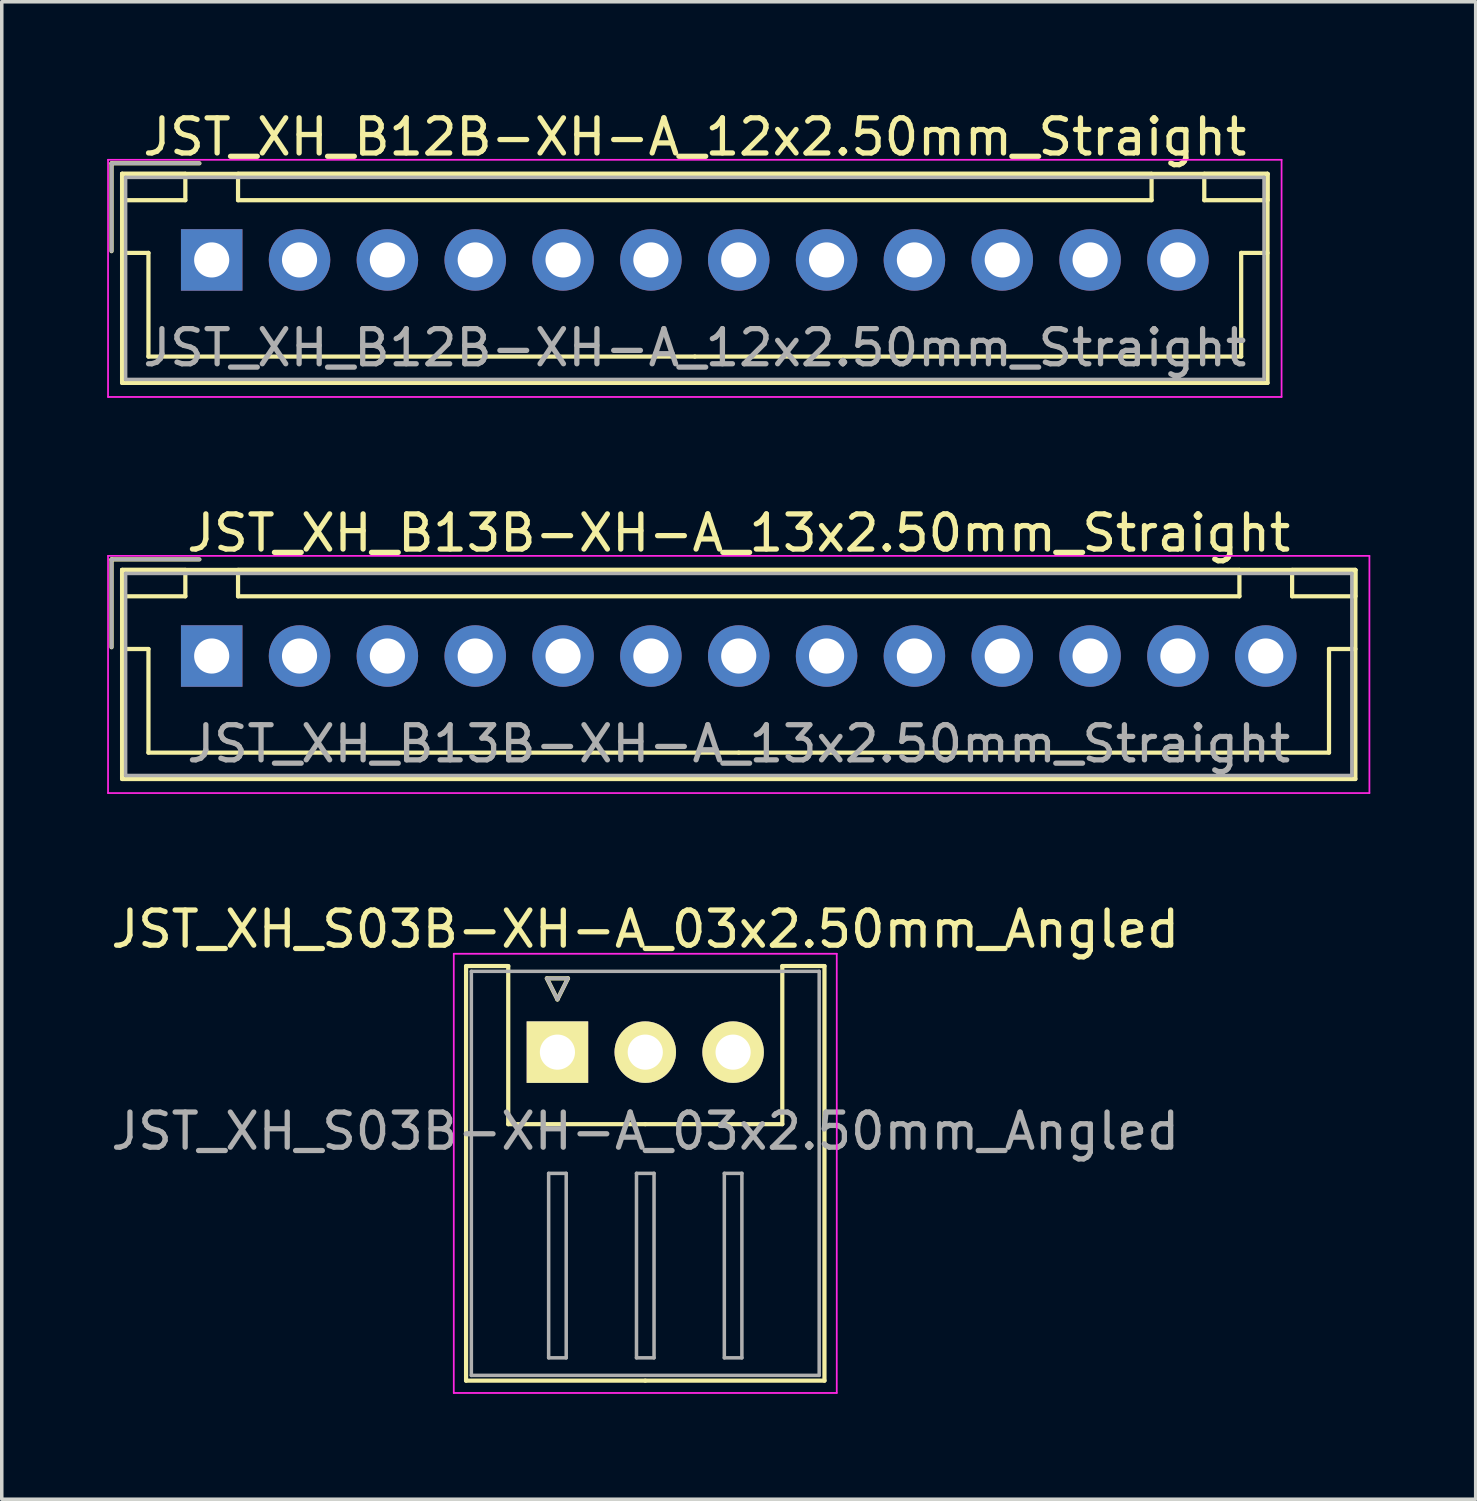
<source format=kicad_pcb>
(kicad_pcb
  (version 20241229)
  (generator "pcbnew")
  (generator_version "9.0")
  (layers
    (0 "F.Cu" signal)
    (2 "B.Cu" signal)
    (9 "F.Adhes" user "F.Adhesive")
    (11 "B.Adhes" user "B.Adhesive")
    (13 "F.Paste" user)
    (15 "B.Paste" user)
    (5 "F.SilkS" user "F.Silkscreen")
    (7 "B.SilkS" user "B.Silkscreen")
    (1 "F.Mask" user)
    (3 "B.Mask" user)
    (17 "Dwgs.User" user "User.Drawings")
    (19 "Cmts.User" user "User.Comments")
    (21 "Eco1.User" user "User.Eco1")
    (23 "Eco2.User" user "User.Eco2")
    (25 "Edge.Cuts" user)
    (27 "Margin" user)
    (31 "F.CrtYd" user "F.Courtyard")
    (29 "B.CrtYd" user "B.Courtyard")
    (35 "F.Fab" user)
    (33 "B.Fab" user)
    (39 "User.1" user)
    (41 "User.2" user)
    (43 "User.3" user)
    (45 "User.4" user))
  (footprint "JST_XH_S03B-XH-A_03x2.50mm_Angled"
    (layer "F.Cu")
    (at 12.815 26.895)
    (property "Reference" "JST_XH_S03B-XH-A_03x2.50mm_Angled" (at 2.5 -3.5 0) (layer "F.SilkS") (effects (font (size 1 1) (thickness 0.15))))
    (attr through_hole)
    (fp_line (start -2.6 -2.45) (end -1.4 -2.45) (stroke (width 0.12) (type solid)) (layer "F.SilkS"))
    (fp_line (start -2.6 9.35) (end -2.6 -2.45) (stroke (width 0.12) (type solid)) (layer "F.SilkS"))
    (fp_line (start -1.4 -2.45) (end -1.4 2.05) (stroke (width 0.12) (type solid)) (layer "F.SilkS"))
    (fp_line (start -1.4 2.05) (end 2.5 2.05) (stroke (width 0.12) (type solid)) (layer "F.SilkS"))
    (fp_line (start -0.3 -2.1) (end 0.3 -2.1) (stroke (width 0.12) (type solid)) (layer "F.SilkS"))
    (fp_line (start 0 -1.5) (end -0.3 -2.1) (stroke (width 0.12) (type solid)) (layer "F.SilkS"))
    (fp_line (start 0.3 -2.1) (end 0 -1.5) (stroke (width 0.12) (type solid)) (layer "F.SilkS"))
    (fp_line (start 2.5 9.35) (end -2.6 9.35) (stroke (width 0.12) (type solid)) (layer "F.SilkS"))
    (fp_line (start 2.5 9.35) (end 7.6 9.35) (stroke (width 0.12) (type solid)) (layer "F.SilkS"))
    (fp_line (start 6.4 -2.45) (end 6.4 2.05) (stroke (width 0.12) (type solid)) (layer "F.SilkS"))
    (fp_line (start 6.4 2.05) (end 2.5 2.05) (stroke (width 0.12) (type solid)) (layer "F.SilkS"))
    (fp_line (start 7.6 -2.45) (end 6.4 -2.45) (stroke (width 0.12) (type solid)) (layer "F.SilkS"))
    (fp_line (start 7.6 9.35) (end 7.6 -2.45) (stroke (width 0.12) (type solid)) (layer "F.SilkS"))
    (fp_line (start -2.95 -2.8) (end -2.95 9.7) (stroke (width 0.05) (type solid)) (layer "F.CrtYd"))
    (fp_line (start -2.95 9.7) (end 7.95 9.7) (stroke (width 0.05) (type solid)) (layer "F.CrtYd"))
    (fp_line (start 7.95 -2.8) (end -2.95 -2.8) (stroke (width 0.05) (type solid)) (layer "F.CrtYd"))
    (fp_line (start 7.95 9.7) (end 7.95 -2.8) (stroke (width 0.05) (type solid)) (layer "F.CrtYd"))
    (fp_line (start -2.45 -2.3) (end -2.45 9.2) (stroke (width 0.1) (type solid)) (layer "F.Fab"))
    (fp_line (start -2.45 9.2) (end 7.45 9.2) (stroke (width 0.1) (type solid)) (layer "F.Fab"))
    (fp_line (start -0.3 -2.1) (end 0.3 -2.1) (stroke (width 0.1) (type solid)) (layer "F.Fab"))
    (fp_line (start -0.25 3.45) (end -0.25 8.7) (stroke (width 0.1) (type solid)) (layer "F.Fab"))
    (fp_line (start -0.25 8.7) (end 0.25 8.7) (stroke (width 0.1) (type solid)) (layer "F.Fab"))
    (fp_line (start 0 -1.5) (end -0.3 -2.1) (stroke (width 0.1) (type solid)) (layer "F.Fab"))
    (fp_line (start 0.25 3.45) (end -0.25 3.45) (stroke (width 0.1) (type solid)) (layer "F.Fab"))
    (fp_line (start 0.25 8.7) (end 0.25 3.45) (stroke (width 0.1) (type solid)) (layer "F.Fab"))
    (fp_line (start 0.3 -2.1) (end 0 -1.5) (stroke (width 0.1) (type solid)) (layer "F.Fab"))
    (fp_line (start 2.25 3.45) (end 2.25 8.7) (stroke (width 0.1) (type solid)) (layer "F.Fab"))
    (fp_line (start 2.25 8.7) (end 2.75 8.7) (stroke (width 0.1) (type solid)) (layer "F.Fab"))
    (fp_line (start 2.75 3.45) (end 2.25 3.45) (stroke (width 0.1) (type solid)) (layer "F.Fab"))
    (fp_line (start 2.75 8.7) (end 2.75 3.45) (stroke (width 0.1) (type solid)) (layer "F.Fab"))
    (fp_line (start 4.75 3.45) (end 4.75 8.7) (stroke (width 0.1) (type solid)) (layer "F.Fab"))
    (fp_line (start 4.75 8.7) (end 5.25 8.7) (stroke (width 0.1) (type solid)) (layer "F.Fab"))
    (fp_line (start 5.25 3.45) (end 4.75 3.45) (stroke (width 0.1) (type solid)) (layer "F.Fab"))
    (fp_line (start 5.25 8.7) (end 5.25 3.45) (stroke (width 0.1) (type solid)) (layer "F.Fab"))
    (fp_line (start 7.45 -2.3) (end -2.45 -2.3) (stroke (width 0.1) (type solid)) (layer "F.Fab"))
    (fp_line (start 7.45 9.2) (end 7.45 -2.3) (stroke (width 0.1) (type solid)) (layer "F.Fab"))
    (fp_text user "${REFERENCE}" (at 2.5 2.25 0) (layer "F.Fab") (effects (font (size 1 1) (thickness 0.15))))
    (pad "1" thru_hole rect (at 0 0) (size 1.75 1.75) (drill 1) (layers "*.Cu" "*.Mask" "F.SilkS"))
    (pad "2" thru_hole circle (at 2.5 0) (size 1.75 1.75) (drill 1) (layers "*.Cu" "*.Mask" "F.SilkS"))
    (pad "3" thru_hole circle (at 5 0) (size 1.75 1.75) (drill 1) (layers "*.Cu" "*.Mask" "F.SilkS")))
  (footprint "JST_XH_B12B-XH-A_12x2.50mm_Straight"
    (layer "F.Cu")
    (at 2.975 4.348)
    (property "Reference" "JST_XH_B12B-XH-A_12x2.50mm_Straight" (at 13.75 -3.5 0) (layer "F.SilkS") (effects (font (size 1 1) (thickness 0.15))))
    (attr through_hole)
    (fp_line (start -2.85 -2.75) (end -2.85 -0.25) (stroke (width 0.12) (type solid)) (layer "F.SilkS"))
    (fp_line (start -2.55 -2.45) (end -2.55 -1.7) (stroke (width 0.12) (type solid)) (layer "F.SilkS"))
    (fp_line (start -2.55 -2.45) (end -2.55 3.5) (stroke (width 0.12) (type solid)) (layer "F.SilkS"))
    (fp_line (start -2.55 -1.7) (end -0.75 -1.7) (stroke (width 0.12) (type solid)) (layer "F.SilkS"))
    (fp_line (start -2.55 -0.2) (end -1.8 -0.2) (stroke (width 0.12) (type solid)) (layer "F.SilkS"))
    (fp_line (start -2.55 3.5) (end 30.05 3.5) (stroke (width 0.12) (type solid)) (layer "F.SilkS"))
    (fp_line (start -1.8 -0.2) (end -1.8 2.75) (stroke (width 0.12) (type solid)) (layer "F.SilkS"))
    (fp_line (start -1.8 2.75) (end 13.75 2.75) (stroke (width 0.12) (type solid)) (layer "F.SilkS"))
    (fp_line (start -0.75 -2.45) (end -2.55 -2.45) (stroke (width 0.12) (type solid)) (layer "F.SilkS"))
    (fp_line (start -0.75 -1.7) (end -0.75 -2.45) (stroke (width 0.12) (type solid)) (layer "F.SilkS"))
    (fp_line (start -0.35 -2.75) (end -2.85 -2.75) (stroke (width 0.12) (type solid)) (layer "F.SilkS"))
    (fp_line (start 0.75 -2.45) (end 0.75 -1.7) (stroke (width 0.12) (type solid)) (layer "F.SilkS"))
    (fp_line (start 0.75 -1.7) (end 26.75 -1.7) (stroke (width 0.12) (type solid)) (layer "F.SilkS"))
    (fp_line (start 26.75 -2.45) (end 0.75 -2.45) (stroke (width 0.12) (type solid)) (layer "F.SilkS"))
    (fp_line (start 26.75 -1.7) (end 26.75 -2.45) (stroke (width 0.12) (type solid)) (layer "F.SilkS"))
    (fp_line (start 28.25 -2.45) (end 28.25 -1.7) (stroke (width 0.12) (type solid)) (layer "F.SilkS"))
    (fp_line (start 28.25 -1.7) (end 30.05 -1.7) (stroke (width 0.12) (type solid)) (layer "F.SilkS"))
    (fp_line (start 29.3 -0.2) (end 29.3 2.75) (stroke (width 0.12) (type solid)) (layer "F.SilkS"))
    (fp_line (start 29.3 2.75) (end 13.75 2.75) (stroke (width 0.12) (type solid)) (layer "F.SilkS"))
    (fp_line (start 30.05 -2.45) (end -2.55 -2.45) (stroke (width 0.12) (type solid)) (layer "F.SilkS"))
    (fp_line (start 30.05 -2.45) (end 28.25 -2.45) (stroke (width 0.12) (type solid)) (layer "F.SilkS"))
    (fp_line (start 30.05 -1.7) (end 30.05 -2.45) (stroke (width 0.12) (type solid)) (layer "F.SilkS"))
    (fp_line (start 30.05 -0.2) (end 29.3 -0.2) (stroke (width 0.12) (type solid)) (layer "F.SilkS"))
    (fp_line (start 30.05 3.5) (end 30.05 -2.45) (stroke (width 0.12) (type solid)) (layer "F.SilkS"))
    (fp_line (start -2.95 -2.85) (end -2.95 3.9) (stroke (width 0.05) (type solid)) (layer "F.CrtYd"))
    (fp_line (start -2.95 3.9) (end 30.45 3.9) (stroke (width 0.05) (type solid)) (layer "F.CrtYd"))
    (fp_line (start 30.45 -2.85) (end -2.95 -2.85) (stroke (width 0.05) (type solid)) (layer "F.CrtYd"))
    (fp_line (start 30.45 3.9) (end 30.45 -2.85) (stroke (width 0.05) (type solid)) (layer "F.CrtYd"))
    (fp_line (start -2.85 -2.75) (end -2.85 -0.25) (stroke (width 0.1) (type solid)) (layer "F.Fab"))
    (fp_line (start -2.45 -2.35) (end -2.45 3.4) (stroke (width 0.1) (type solid)) (layer "F.Fab"))
    (fp_line (start -2.45 3.4) (end 29.95 3.4) (stroke (width 0.1) (type solid)) (layer "F.Fab"))
    (fp_line (start -0.35 -2.75) (end -2.85 -2.75) (stroke (width 0.1) (type solid)) (layer "F.Fab"))
    (fp_line (start 29.95 -2.35) (end -2.45 -2.35) (stroke (width 0.1) (type solid)) (layer "F.Fab"))
    (fp_line (start 29.95 3.4) (end 29.95 -2.35) (stroke (width 0.1) (type solid)) (layer "F.Fab"))
    (fp_text user "${REFERENCE}" (at 13.75 2.5 0) (layer "F.Fab") (effects (font (size 1 1) (thickness 0.15))))
    (pad "1" thru_hole rect (at 0 0) (size 1.75 1.75) (drill 1) (layers "*.Cu" "*.Mask"))
    (pad "2" thru_hole circle (at 2.5 0) (size 1.75 1.75) (drill 1) (layers "*.Cu" "*.Mask"))
    (pad "3" thru_hole circle (at 5 0) (size 1.75 1.75) (drill 1) (layers "*.Cu" "*.Mask"))
    (pad "4" thru_hole circle (at 7.5 0) (size 1.75 1.75) (drill 1) (layers "*.Cu" "*.Mask"))
    (pad "5" thru_hole circle (at 10 0) (size 1.75 1.75) (drill 1) (layers "*.Cu" "*.Mask"))
    (pad "6" thru_hole circle (at 12.5 0) (size 1.75 1.75) (drill 1) (layers "*.Cu" "*.Mask"))
    (pad "7" thru_hole circle (at 15 0) (size 1.75 1.75) (drill 1) (layers "*.Cu" "*.Mask"))
    (pad "8" thru_hole circle (at 17.5 0) (size 1.75 1.75) (drill 1) (layers "*.Cu" "*.Mask"))
    (pad "9" thru_hole circle (at 20 0) (size 1.75 1.75) (drill 1) (layers "*.Cu" "*.Mask"))
    (pad "10" thru_hole circle (at 22.5 0) (size 1.75 1.75) (drill 1) (layers "*.Cu" "*.Mask"))
    (pad "11" thru_hole circle (at 25 0) (size 1.75 1.75) (drill 1) (layers "*.Cu" "*.Mask"))
    (pad "12" thru_hole circle (at 27.5 0) (size 1.75 1.75) (drill 1) (layers "*.Cu" "*.Mask")))
  (footprint "JST_XH_B13B-XH-A_13x2.50mm_Straight"
    (layer "F.Cu")
    (at 2.975 15.621)
    (property "Reference" "JST_XH_B13B-XH-A_13x2.50mm_Straight" (at 15 -3.5 0) (layer "F.SilkS") (effects (font (size 1 1) (thickness 0.15))))
    (attr through_hole)
    (fp_line (start -2.85 -2.75) (end -2.85 -0.25) (stroke (width 0.12) (type solid)) (layer "F.SilkS"))
    (fp_line (start -2.55 -2.45) (end -2.55 -1.7) (stroke (width 0.12) (type solid)) (layer "F.SilkS"))
    (fp_line (start -2.55 -2.45) (end -2.55 3.5) (stroke (width 0.12) (type solid)) (layer "F.SilkS"))
    (fp_line (start -2.55 -1.7) (end -0.75 -1.7) (stroke (width 0.12) (type solid)) (layer "F.SilkS"))
    (fp_line (start -2.55 -0.2) (end -1.8 -0.2) (stroke (width 0.12) (type solid)) (layer "F.SilkS"))
    (fp_line (start -2.55 3.5) (end 32.55 3.5) (stroke (width 0.12) (type solid)) (layer "F.SilkS"))
    (fp_line (start -1.8 -0.2) (end -1.8 2.75) (stroke (width 0.12) (type solid)) (layer "F.SilkS"))
    (fp_line (start -1.8 2.75) (end 15 2.75) (stroke (width 0.12) (type solid)) (layer "F.SilkS"))
    (fp_line (start -0.75 -2.45) (end -2.55 -2.45) (stroke (width 0.12) (type solid)) (layer "F.SilkS"))
    (fp_line (start -0.75 -1.7) (end -0.75 -2.45) (stroke (width 0.12) (type solid)) (layer "F.SilkS"))
    (fp_line (start -0.35 -2.75) (end -2.85 -2.75) (stroke (width 0.12) (type solid)) (layer "F.SilkS"))
    (fp_line (start 0.75 -2.45) (end 0.75 -1.7) (stroke (width 0.12) (type solid)) (layer "F.SilkS"))
    (fp_line (start 0.75 -1.7) (end 29.25 -1.7) (stroke (width 0.12) (type solid)) (layer "F.SilkS"))
    (fp_line (start 29.25 -2.45) (end 0.75 -2.45) (stroke (width 0.12) (type solid)) (layer "F.SilkS"))
    (fp_line (start 29.25 -1.7) (end 29.25 -2.45) (stroke (width 0.12) (type solid)) (layer "F.SilkS"))
    (fp_line (start 30.75 -2.45) (end 30.75 -1.7) (stroke (width 0.12) (type solid)) (layer "F.SilkS"))
    (fp_line (start 30.75 -1.7) (end 32.55 -1.7) (stroke (width 0.12) (type solid)) (layer "F.SilkS"))
    (fp_line (start 31.8 -0.2) (end 31.8 2.75) (stroke (width 0.12) (type solid)) (layer "F.SilkS"))
    (fp_line (start 31.8 2.75) (end 15 2.75) (stroke (width 0.12) (type solid)) (layer "F.SilkS"))
    (fp_line (start 32.55 -2.45) (end -2.55 -2.45) (stroke (width 0.12) (type solid)) (layer "F.SilkS"))
    (fp_line (start 32.55 -2.45) (end 30.75 -2.45) (stroke (width 0.12) (type solid)) (layer "F.SilkS"))
    (fp_line (start 32.55 -1.7) (end 32.55 -2.45) (stroke (width 0.12) (type solid)) (layer "F.SilkS"))
    (fp_line (start 32.55 -0.2) (end 31.8 -0.2) (stroke (width 0.12) (type solid)) (layer "F.SilkS"))
    (fp_line (start 32.55 3.5) (end 32.55 -2.45) (stroke (width 0.12) (type solid)) (layer "F.SilkS"))
    (fp_line (start -2.95 -2.85) (end -2.95 3.9) (stroke (width 0.05) (type solid)) (layer "F.CrtYd"))
    (fp_line (start -2.95 3.9) (end 32.95 3.9) (stroke (width 0.05) (type solid)) (layer "F.CrtYd"))
    (fp_line (start 32.95 -2.85) (end -2.95 -2.85) (stroke (width 0.05) (type solid)) (layer "F.CrtYd"))
    (fp_line (start 32.95 3.9) (end 32.95 -2.85) (stroke (width 0.05) (type solid)) (layer "F.CrtYd"))
    (fp_line (start -2.85 -2.75) (end -2.85 -0.25) (stroke (width 0.1) (type solid)) (layer "F.Fab"))
    (fp_line (start -2.45 -2.35) (end -2.45 3.4) (stroke (width 0.1) (type solid)) (layer "F.Fab"))
    (fp_line (start -2.45 3.4) (end 32.45 3.4) (stroke (width 0.1) (type solid)) (layer "F.Fab"))
    (fp_line (start -0.35 -2.75) (end -2.85 -2.75) (stroke (width 0.1) (type solid)) (layer "F.Fab"))
    (fp_line (start 32.45 -2.35) (end -2.45 -2.35) (stroke (width 0.1) (type solid)) (layer "F.Fab"))
    (fp_line (start 32.45 3.4) (end 32.45 -2.35) (stroke (width 0.1) (type solid)) (layer "F.Fab"))
    (fp_text user "${REFERENCE}" (at 15 2.5 0) (layer "F.Fab") (effects (font (size 1 1) (thickness 0.15))))
    (pad "1" thru_hole rect (at 0 0) (size 1.75 1.75) (drill 1) (layers "*.Cu" "*.Mask"))
    (pad "2" thru_hole circle (at 2.5 0) (size 1.75 1.75) (drill 1) (layers "*.Cu" "*.Mask"))
    (pad "3" thru_hole circle (at 5 0) (size 1.75 1.75) (drill 1) (layers "*.Cu" "*.Mask"))
    (pad "4" thru_hole circle (at 7.5 0) (size 1.75 1.75) (drill 1) (layers "*.Cu" "*.Mask"))
    (pad "5" thru_hole circle (at 10 0) (size 1.75 1.75) (drill 1) (layers "*.Cu" "*.Mask"))
    (pad "6" thru_hole circle (at 12.5 0) (size 1.75 1.75) (drill 1) (layers "*.Cu" "*.Mask"))
    (pad "7" thru_hole circle (at 15 0) (size 1.75 1.75) (drill 1) (layers "*.Cu" "*.Mask"))
    (pad "8" thru_hole circle (at 17.5 0) (size 1.75 1.75) (drill 1) (layers "*.Cu" "*.Mask"))
    (pad "9" thru_hole circle (at 20 0) (size 1.75 1.75) (drill 1) (layers "*.Cu" "*.Mask"))
    (pad "10" thru_hole circle (at 22.5 0) (size 1.75 1.75) (drill 1) (layers "*.Cu" "*.Mask"))
    (pad "11" thru_hole circle (at 25 0) (size 1.75 1.75) (drill 1) (layers "*.Cu" "*.Mask"))
    (pad "12" thru_hole circle (at 27.5 0) (size 1.75 1.75) (drill 1) (layers "*.Cu" "*.Mask"))
    (pad "13" thru_hole circle (at 30 0) (size 1.75 1.75) (drill 1) (layers "*.Cu" "*.Mask")))
  (gr_rect
    (start -3 -3)
    (end 38.95 39.62)
    (stroke (width 0.1) (type default))
    (fill no)
    (layer "Edge.Cuts")))
</source>
